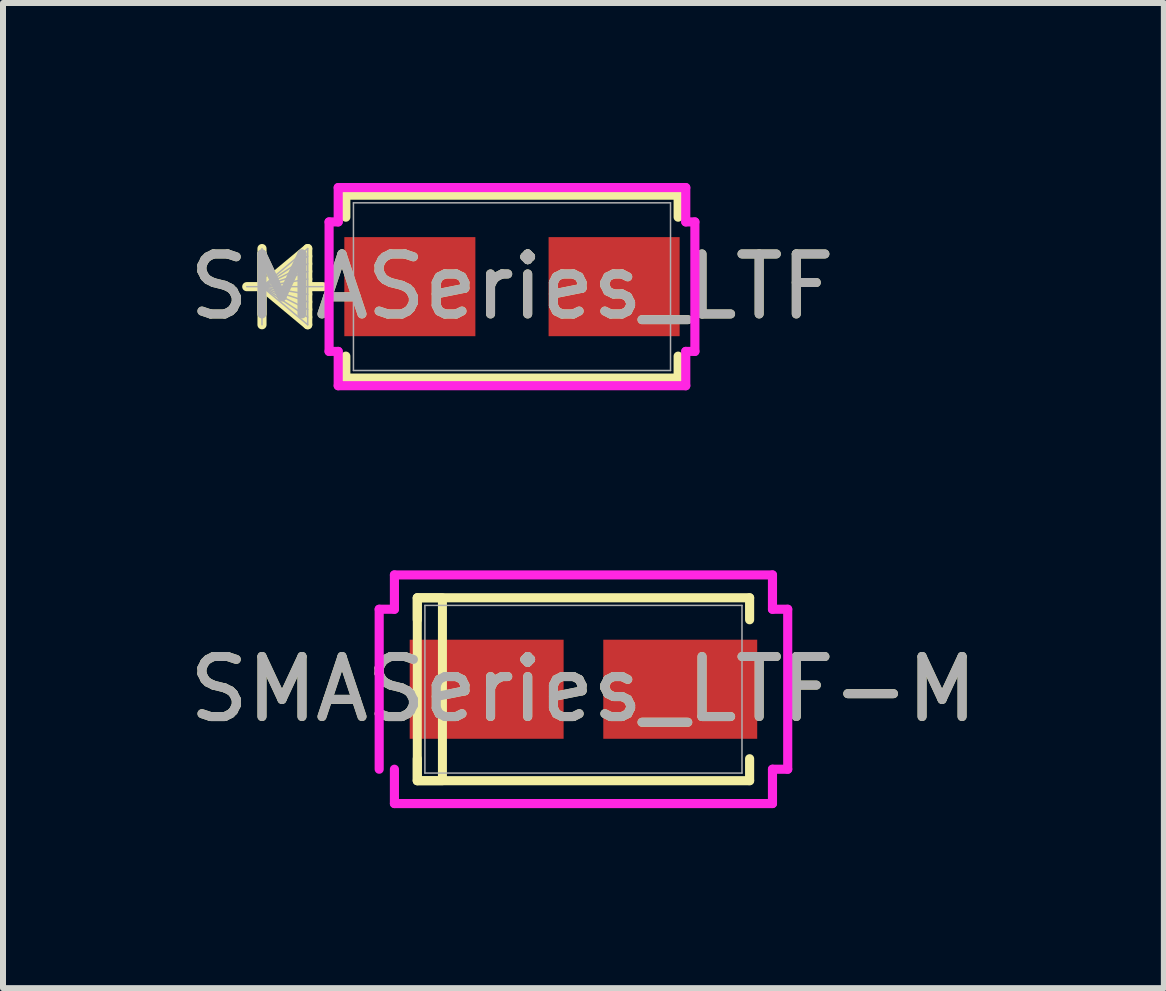
<source format=kicad_pcb>
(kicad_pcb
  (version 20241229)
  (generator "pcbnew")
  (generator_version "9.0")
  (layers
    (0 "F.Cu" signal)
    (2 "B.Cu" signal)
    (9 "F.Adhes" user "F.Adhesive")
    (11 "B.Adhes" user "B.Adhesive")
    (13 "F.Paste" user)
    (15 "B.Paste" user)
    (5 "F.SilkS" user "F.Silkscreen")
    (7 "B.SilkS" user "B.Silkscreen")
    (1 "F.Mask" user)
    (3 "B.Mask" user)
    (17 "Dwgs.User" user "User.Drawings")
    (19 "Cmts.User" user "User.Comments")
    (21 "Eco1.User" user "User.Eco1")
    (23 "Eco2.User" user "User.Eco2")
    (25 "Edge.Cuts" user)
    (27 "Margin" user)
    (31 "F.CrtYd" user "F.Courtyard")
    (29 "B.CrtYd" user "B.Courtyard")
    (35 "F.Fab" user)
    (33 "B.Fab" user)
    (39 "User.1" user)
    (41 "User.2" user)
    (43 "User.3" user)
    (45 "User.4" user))
  (footprint "SMASeries_LTF-M"
    (layer "F.Cu")
    (at 6.673 8.436)
    (property "Reference" "SMASeries_LTF-M" (at 0 0 0) (unlocked yes) (layer "F.SilkS") (effects (font (size 1 1) (thickness 0.15))))
    (attr smd)
    (fp_line (start -2.769 -1.524) (end -2.769 -1.158) (stroke (width 0.152) (type solid)) (layer "F.SilkS"))
    (fp_line (start -2.769 1.158) (end -2.769 1.524) (stroke (width 0.152) (type solid)) (layer "F.SilkS"))
    (fp_line (start -2.769 1.524) (end 2.769 1.524) (stroke (width 0.152) (type solid)) (layer "F.SilkS"))
    (fp_line (start 2.769 -1.524) (end -2.769 -1.524) (stroke (width 0.152) (type solid)) (layer "F.SilkS"))
    (fp_line (start 2.769 -1.158) (end 2.769 -1.524) (stroke (width 0.152) (type solid)) (layer "F.SilkS"))
    (fp_line (start 2.769 1.524) (end 2.769 1.158) (stroke (width 0.152) (type solid)) (layer "F.SilkS"))
    (fp_rect (start -2.769 -1.524) (end -2.35 1.524) (stroke (width 0.15) (type default)) (fill no) (layer "F.SilkS"))
    (fp_line (start -3.404 -1.333) (end -3.15 -1.333) (stroke (width 0.152) (type solid)) (layer "F.CrtYd"))
    (fp_line (start -3.404 1.333) (end -3.404 -1.333) (stroke (width 0.152) (type solid)) (layer "F.CrtYd"))
    (fp_line (start -3.15 -1.905) (end 3.15 -1.905) (stroke (width 0.152) (type solid)) (layer "F.CrtYd"))
    (fp_line (start -3.15 -1.333) (end -3.15 -1.905) (stroke (width 0.152) (type solid)) (layer "F.CrtYd"))
    (fp_line (start -3.15 1.905) (end -3.15 1.333) (stroke (width 0.152) (type solid)) (layer "F.CrtYd"))
    (fp_line (start 3.15 -1.905) (end 3.15 -1.333) (stroke (width 0.152) (type solid)) (layer "F.CrtYd"))
    (fp_line (start 3.15 -1.333) (end 3.404 -1.333) (stroke (width 0.152) (type solid)) (layer "F.CrtYd"))
    (fp_line (start 3.15 1.333) (end 3.15 1.905) (stroke (width 0.152) (type solid)) (layer "F.CrtYd"))
    (fp_line (start 3.15 1.905) (end -3.15 1.905) (stroke (width 0.152) (type solid)) (layer "F.CrtYd"))
    (fp_line (start 3.404 -1.333) (end 3.404 1.333) (stroke (width 0.152) (type solid)) (layer "F.CrtYd"))
    (fp_line (start 3.404 1.333) (end 3.15 1.333) (stroke (width 0.152) (type solid)) (layer "F.CrtYd"))
    (fp_line (start -2.642 -1.397) (end -2.642 1.397) (stroke (width 0.025) (type solid)) (layer "F.Fab"))
    (fp_line (start -2.642 1.397) (end 2.642 1.397) (stroke (width 0.025) (type solid)) (layer "F.Fab"))
    (fp_line (start 2.642 -1.397) (end -2.642 -1.397) (stroke (width 0.025) (type solid)) (layer "F.Fab"))
    (fp_line (start 2.642 1.397) (end 2.642 -1.397) (stroke (width 0.025) (type solid)) (layer "F.Fab"))
    (fp_text user "${REFERENCE}" (at 0 0 0) (unlocked yes) (layer "F.Fab") (effects (font (size 1 1) (thickness 0.15))))
    (pad "1" smd rect (at -1.613 0 90) (size 1.651 2.565) (layers "F.Cu" "F.Mask" "F.Paste"))
    (pad "2" smd rect (at 1.613 0 90) (size 1.651 2.565) (layers "F.Cu" "F.Mask" "F.Paste"))
    (zone (net_name "") (layer "F.Cu") (hatch full 0.508) (connect_pads) (min_thickness 0.254) (filled_areas_thickness no) (keepout (tracks not_allowed) (vias not_allowed) (pads allowed) (copperpour not_allowed) (footprints allowed)) (placement (enabled no)) (fill) (polygon (pts (xy 4.082 7.089) (xy 9.263 7.089) (xy 9.263 7.559) (xy 4.082 7.559))))
    (zone (net_name "") (layer "F.Cu") (hatch full 0.508) (connect_pads) (min_thickness 0.254) (filled_areas_thickness no) (keepout (tracks not_allowed) (vias not_allowed) (pads allowed) (copperpour not_allowed) (footprints allowed)) (placement (enabled no)) (fill) (polygon (pts (xy 4.082 9.312) (xy 9.263 9.312) (xy 9.263 9.782) (xy 4.082 9.782))))
    (zone (net_name "") (layer "F.Cu") (hatch full 0.508) (connect_pads) (min_thickness 0.254) (filled_areas_thickness no) (keepout (tracks not_allowed) (vias not_allowed) (pads allowed) (copperpour not_allowed) (footprints allowed)) (placement (enabled no)) (fill) (polygon (pts (xy 6.393 7.559) (xy 6.952 7.559) (xy 6.952 9.312) (xy 6.393 9.312)))))
  (footprint "SMASeries_LTF"
    (layer "F.Cu")
    (at 5.482 1.727)
    (property "Reference" "SMASeries_LTF" (at 0 0 0) (unlocked yes) (layer "F.SilkS") (effects (font (size 1 1) (thickness 0.15))))
    (attr smd)
    (fp_line (start -4.166 -0.635) (end -4.166 0.635) (stroke (width 0.152) (type solid)) (layer "F.SilkS"))
    (fp_line (start -4.166 0) (end -3.404 -0.635) (stroke (width 0.152) (type solid)) (layer "F.SilkS"))
    (fp_line (start -4.166 0) (end -3.404 -0.508) (stroke (width 0.152) (type solid)) (layer "F.SilkS"))
    (fp_line (start -4.166 0) (end -3.404 -0.381) (stroke (width 0.152) (type solid)) (layer "F.SilkS"))
    (fp_line (start -4.166 0) (end -3.404 -0.254) (stroke (width 0.152) (type solid)) (layer "F.SilkS"))
    (fp_line (start -4.166 0) (end -3.404 -0.127) (stroke (width 0.152) (type solid)) (layer "F.SilkS"))
    (fp_line (start -4.166 0) (end -3.404 0.127) (stroke (width 0.152) (type solid)) (layer "F.SilkS"))
    (fp_line (start -4.166 0) (end -3.404 0.254) (stroke (width 0.152) (type solid)) (layer "F.SilkS"))
    (fp_line (start -4.166 0) (end -3.404 0.381) (stroke (width 0.152) (type solid)) (layer "F.SilkS"))
    (fp_line (start -4.166 0) (end -3.404 0.508) (stroke (width 0.152) (type solid)) (layer "F.SilkS"))
    (fp_line (start -4.166 0) (end -3.404 0.635) (stroke (width 0.152) (type solid)) (layer "F.SilkS"))
    (fp_line (start -3.404 -0.635) (end -3.404 0.635) (stroke (width 0.152) (type solid)) (layer "F.SilkS"))
    (fp_line (start -3.15 0) (end -4.42 0) (stroke (width 0.152) (type solid)) (layer "F.SilkS"))
    (fp_line (start -2.769 -1.524) (end -2.769 -1.158) (stroke (width 0.152) (type solid)) (layer "F.SilkS"))
    (fp_line (start -2.769 1.158) (end -2.769 1.524) (stroke (width 0.152) (type solid)) (layer "F.SilkS"))
    (fp_line (start -2.769 1.524) (end 2.769 1.524) (stroke (width 0.152) (type solid)) (layer "F.SilkS"))
    (fp_line (start 2.769 -1.524) (end -2.769 -1.524) (stroke (width 0.152) (type solid)) (layer "F.SilkS"))
    (fp_line (start 2.769 -1.158) (end 2.769 -1.524) (stroke (width 0.152) (type solid)) (layer "F.SilkS"))
    (fp_line (start 2.769 1.524) (end 2.769 1.158) (stroke (width 0.152) (type solid)) (layer "F.SilkS"))
    (fp_line (start -3.048 -1.079) (end -2.896 -1.079) (stroke (width 0.152) (type solid)) (layer "F.CrtYd"))
    (fp_line (start -3.048 1.079) (end -3.048 -1.079) (stroke (width 0.152) (type solid)) (layer "F.CrtYd"))
    (fp_line (start -2.896 -1.651) (end 2.896 -1.651) (stroke (width 0.152) (type solid)) (layer "F.CrtYd"))
    (fp_line (start -2.896 -1.079) (end -2.896 -1.651) (stroke (width 0.152) (type solid)) (layer "F.CrtYd"))
    (fp_line (start -2.896 1.079) (end -3.048 1.079) (stroke (width 0.152) (type solid)) (layer "F.CrtYd"))
    (fp_line (start -2.896 1.651) (end -2.896 1.079) (stroke (width 0.152) (type solid)) (layer "F.CrtYd"))
    (fp_line (start 2.896 -1.651) (end 2.896 -1.079) (stroke (width 0.152) (type solid)) (layer "F.CrtYd"))
    (fp_line (start 2.896 -1.079) (end 3.048 -1.079) (stroke (width 0.152) (type solid)) (layer "F.CrtYd"))
    (fp_line (start 2.896 1.079) (end 2.896 1.651) (stroke (width 0.152) (type solid)) (layer "F.CrtYd"))
    (fp_line (start 2.896 1.651) (end -2.896 1.651) (stroke (width 0.152) (type solid)) (layer "F.CrtYd"))
    (fp_line (start 3.048 -1.079) (end 3.048 1.079) (stroke (width 0.152) (type solid)) (layer "F.CrtYd"))
    (fp_line (start 3.048 1.079) (end 2.896 1.079) (stroke (width 0.152) (type solid)) (layer "F.CrtYd"))
    (fp_line (start -4.166 -0.635) (end -4.166 0.635) (stroke (width 0.025) (type solid)) (layer "F.Fab"))
    (fp_line (start -4.166 0) (end -3.404 -0.635) (stroke (width 0.025) (type solid)) (layer "F.Fab"))
    (fp_line (start -4.166 0) (end -3.404 -0.508) (stroke (width 0.025) (type solid)) (layer "F.Fab"))
    (fp_line (start -4.166 0) (end -3.404 -0.381) (stroke (width 0.025) (type solid)) (layer "F.Fab"))
    (fp_line (start -4.166 0) (end -3.404 -0.254) (stroke (width 0.025) (type solid)) (layer "F.Fab"))
    (fp_line (start -4.166 0) (end -3.404 -0.127) (stroke (width 0.025) (type solid)) (layer "F.Fab"))
    (fp_line (start -4.166 0) (end -3.404 0.127) (stroke (width 0.025) (type solid)) (layer "F.Fab"))
    (fp_line (start -4.166 0) (end -3.404 0.254) (stroke (width 0.025) (type solid)) (layer "F.Fab"))
    (fp_line (start -4.166 0) (end -3.404 0.381) (stroke (width 0.025) (type solid)) (layer "F.Fab"))
    (fp_line (start -4.166 0) (end -3.404 0.508) (stroke (width 0.025) (type solid)) (layer "F.Fab"))
    (fp_line (start -4.166 0) (end -3.404 0.635) (stroke (width 0.025) (type solid)) (layer "F.Fab"))
    (fp_line (start -3.404 -0.635) (end -3.404 0.635) (stroke (width 0.025) (type solid)) (layer "F.Fab"))
    (fp_line (start -3.15 0) (end -4.42 0) (stroke (width 0.025) (type solid)) (layer "F.Fab"))
    (fp_line (start -2.642 -1.397) (end -2.642 1.397) (stroke (width 0.025) (type solid)) (layer "F.Fab"))
    (fp_line (start -2.642 1.397) (end 2.642 1.397) (stroke (width 0.025) (type solid)) (layer "F.Fab"))
    (fp_line (start 2.642 -1.397) (end -2.642 -1.397) (stroke (width 0.025) (type solid)) (layer "F.Fab"))
    (fp_line (start 2.642 1.397) (end 2.642 -1.397) (stroke (width 0.025) (type solid)) (layer "F.Fab"))
    (fp_text user "${REFERENCE}" (at 0 0 0) (unlocked yes) (layer "F.Fab") (effects (font (size 1 1) (thickness 0.15))))
    (pad "1" smd rect (at -1.702 0 90) (size 1.651 2.184) (layers "F.Cu" "F.Mask" "F.Paste"))
    (pad "2" smd rect (at 1.702 0 90) (size 1.651 2.184) (layers "F.Cu" "F.Mask" "F.Paste"))
    (zone (net_name "") (layer "F.Cu") (hatch full 0.508) (connect_pads) (min_thickness 0.254) (filled_areas_thickness no) (keepout (tracks not_allowed) (vias not_allowed) (pads allowed) (copperpour not_allowed) (footprints allowed)) (placement (enabled no)) (fill) (polygon (pts (xy 2.891 0.381) (xy 8.073 0.381) (xy 8.073 0.851) (xy 2.891 0.851))))
    (zone (net_name "") (layer "F.Cu") (hatch full 0.508) (connect_pads) (min_thickness 0.254) (filled_areas_thickness no) (keepout (tracks not_allowed) (vias not_allowed) (pads allowed) (copperpour not_allowed) (footprints allowed)) (placement (enabled no)) (fill) (polygon (pts (xy 2.891 2.603) (xy 8.073 2.603) (xy 8.073 3.073) (xy 2.891 3.073))))
    (zone (net_name "") (layer "F.Cu") (hatch full 0.508) (connect_pads) (min_thickness 0.254) (filled_areas_thickness no) (keepout (tracks not_allowed) (vias not_allowed) (pads allowed) (copperpour not_allowed) (footprints allowed)) (placement (enabled no)) (fill) (polygon (pts (xy 4.923 0.851) (xy 6.041 0.851) (xy 6.041 2.603) (xy 4.923 2.603)))))
  (gr_rect
    (start -3 -3)
    (end 16.345 13.417)
    (stroke (width 0.1) (type default))
    (fill no)
    (layer "Edge.Cuts")))
</source>
